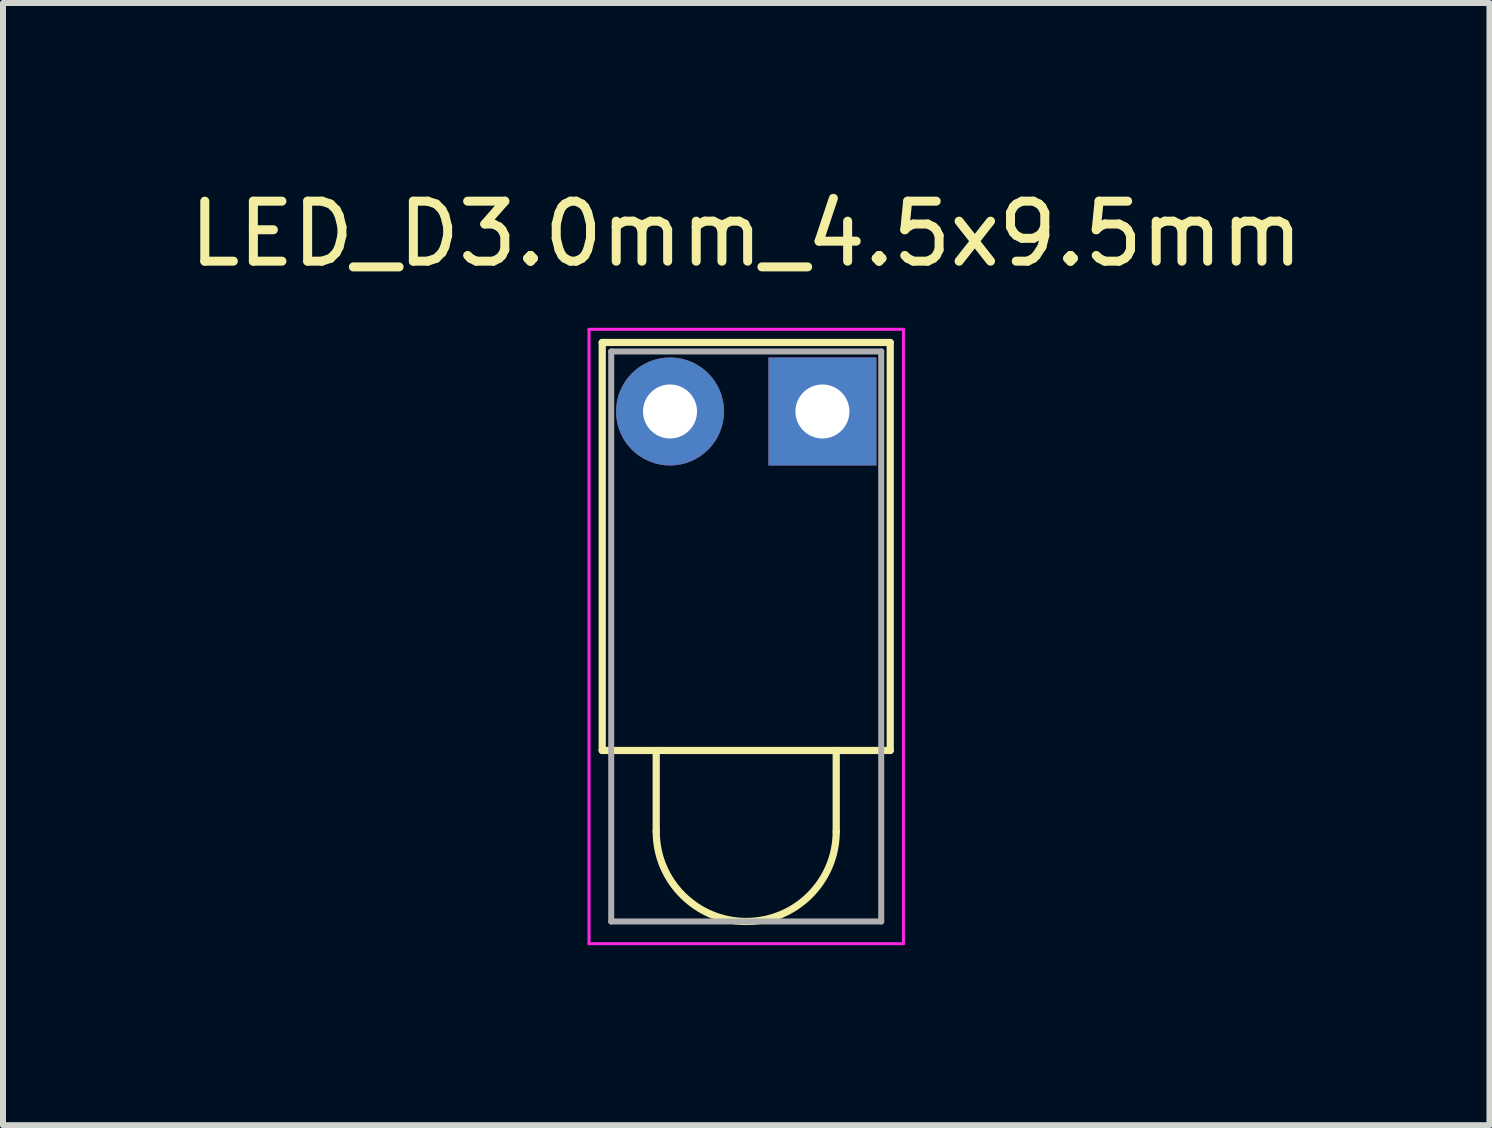
<source format=kicad_pcb>
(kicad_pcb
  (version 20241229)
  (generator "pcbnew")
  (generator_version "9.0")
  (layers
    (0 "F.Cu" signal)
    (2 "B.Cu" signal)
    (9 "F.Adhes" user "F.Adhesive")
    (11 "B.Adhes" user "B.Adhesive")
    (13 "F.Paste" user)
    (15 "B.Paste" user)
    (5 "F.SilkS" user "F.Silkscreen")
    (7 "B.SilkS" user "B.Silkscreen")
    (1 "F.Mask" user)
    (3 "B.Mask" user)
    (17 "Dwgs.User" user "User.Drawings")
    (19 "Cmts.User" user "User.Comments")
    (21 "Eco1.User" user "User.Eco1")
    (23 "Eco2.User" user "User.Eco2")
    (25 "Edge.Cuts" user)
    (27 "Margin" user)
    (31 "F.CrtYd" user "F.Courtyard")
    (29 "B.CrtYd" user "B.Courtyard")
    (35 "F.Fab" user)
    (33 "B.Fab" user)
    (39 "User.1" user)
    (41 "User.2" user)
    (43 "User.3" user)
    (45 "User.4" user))
  (footprint "LED_D3.0mm_4.5x9.5mm"
    (layer "F.Cu")
    (at 10.657 3.808)
    (property "Reference" "LED_D3.0mm_4.5x9.5mm" (at -1.27 -2.96 0) (layer "F.SilkS") (effects (font (size 1 1) (thickness 0.15))))
    (attr through_hole)
    (fp_line (start -3.67 -1.15) (end 1.13 -1.15) (stroke (width 0.12) (type solid)) (layer "F.SilkS"))
    (fp_line (start -3.67 5.65) (end -3.67 -1.15) (stroke (width 0.12) (type solid)) (layer "F.SilkS"))
    (fp_line (start -3.67 5.65) (end 1.13 5.65) (stroke (width 0.12) (type solid)) (layer "F.SilkS"))
    (fp_line (start -2.77 5.65) (end -2.77 7) (stroke (width 0.12) (type solid)) (layer "F.SilkS"))
    (fp_line (start 0.23 5.65) (end 0.23 7) (stroke (width 0.12) (type solid)) (layer "F.SilkS"))
    (fp_line (start 1.13 5.65) (end 1.13 -1.15) (stroke (width 0.12) (type solid)) (layer "F.SilkS"))
    (fp_arc (start 0.23 7) (mid -1.27 8.5) (end -2.77 7) (stroke (width 0.12) (type solid)) (layer "F.SilkS"))
    (fp_line (start -3.89 -1.37) (end 1.35 -1.37) (stroke (width 0.05) (type solid)) (layer "F.CrtYd"))
    (fp_line (start -3.89 8.87) (end -3.89 -1.37) (stroke (width 0.05) (type solid)) (layer "F.CrtYd"))
    (fp_line (start 1.35 -1.37) (end 1.35 8.87) (stroke (width 0.05) (type solid)) (layer "F.CrtYd"))
    (fp_line (start 1.35 8.87) (end -3.89 8.87) (stroke (width 0.05) (type solid)) (layer "F.CrtYd"))
    (fp_line (start -3.52 -1) (end 0.98 -1) (stroke (width 0.1) (type solid)) (layer "F.Fab"))
    (fp_line (start -3.52 8.5) (end -3.52 -1) (stroke (width 0.1) (type solid)) (layer "F.Fab"))
    (fp_line (start -3.52 8.5) (end 0.98 8.5) (stroke (width 0.1) (type solid)) (layer "F.Fab"))
    (fp_line (start 0.98 -1) (end 0.98 8.5) (stroke (width 0.1) (type solid)) (layer "F.Fab"))
    (pad "1" thru_hole rect (at 0 0) (size 1.8 1.8) (drill 0.9) (layers "*.Cu" "*.Mask"))
    (pad "2" thru_hole circle (at -2.54 0) (size 1.8 1.8) (drill 0.9) (layers "*.Cu" "*.Mask")))
  (gr_rect
    (start -3 -3)
    (end 21.774 15.703)
    (stroke (width 0.1) (type default))
    (fill no)
    (layer "Edge.Cuts")))
</source>
